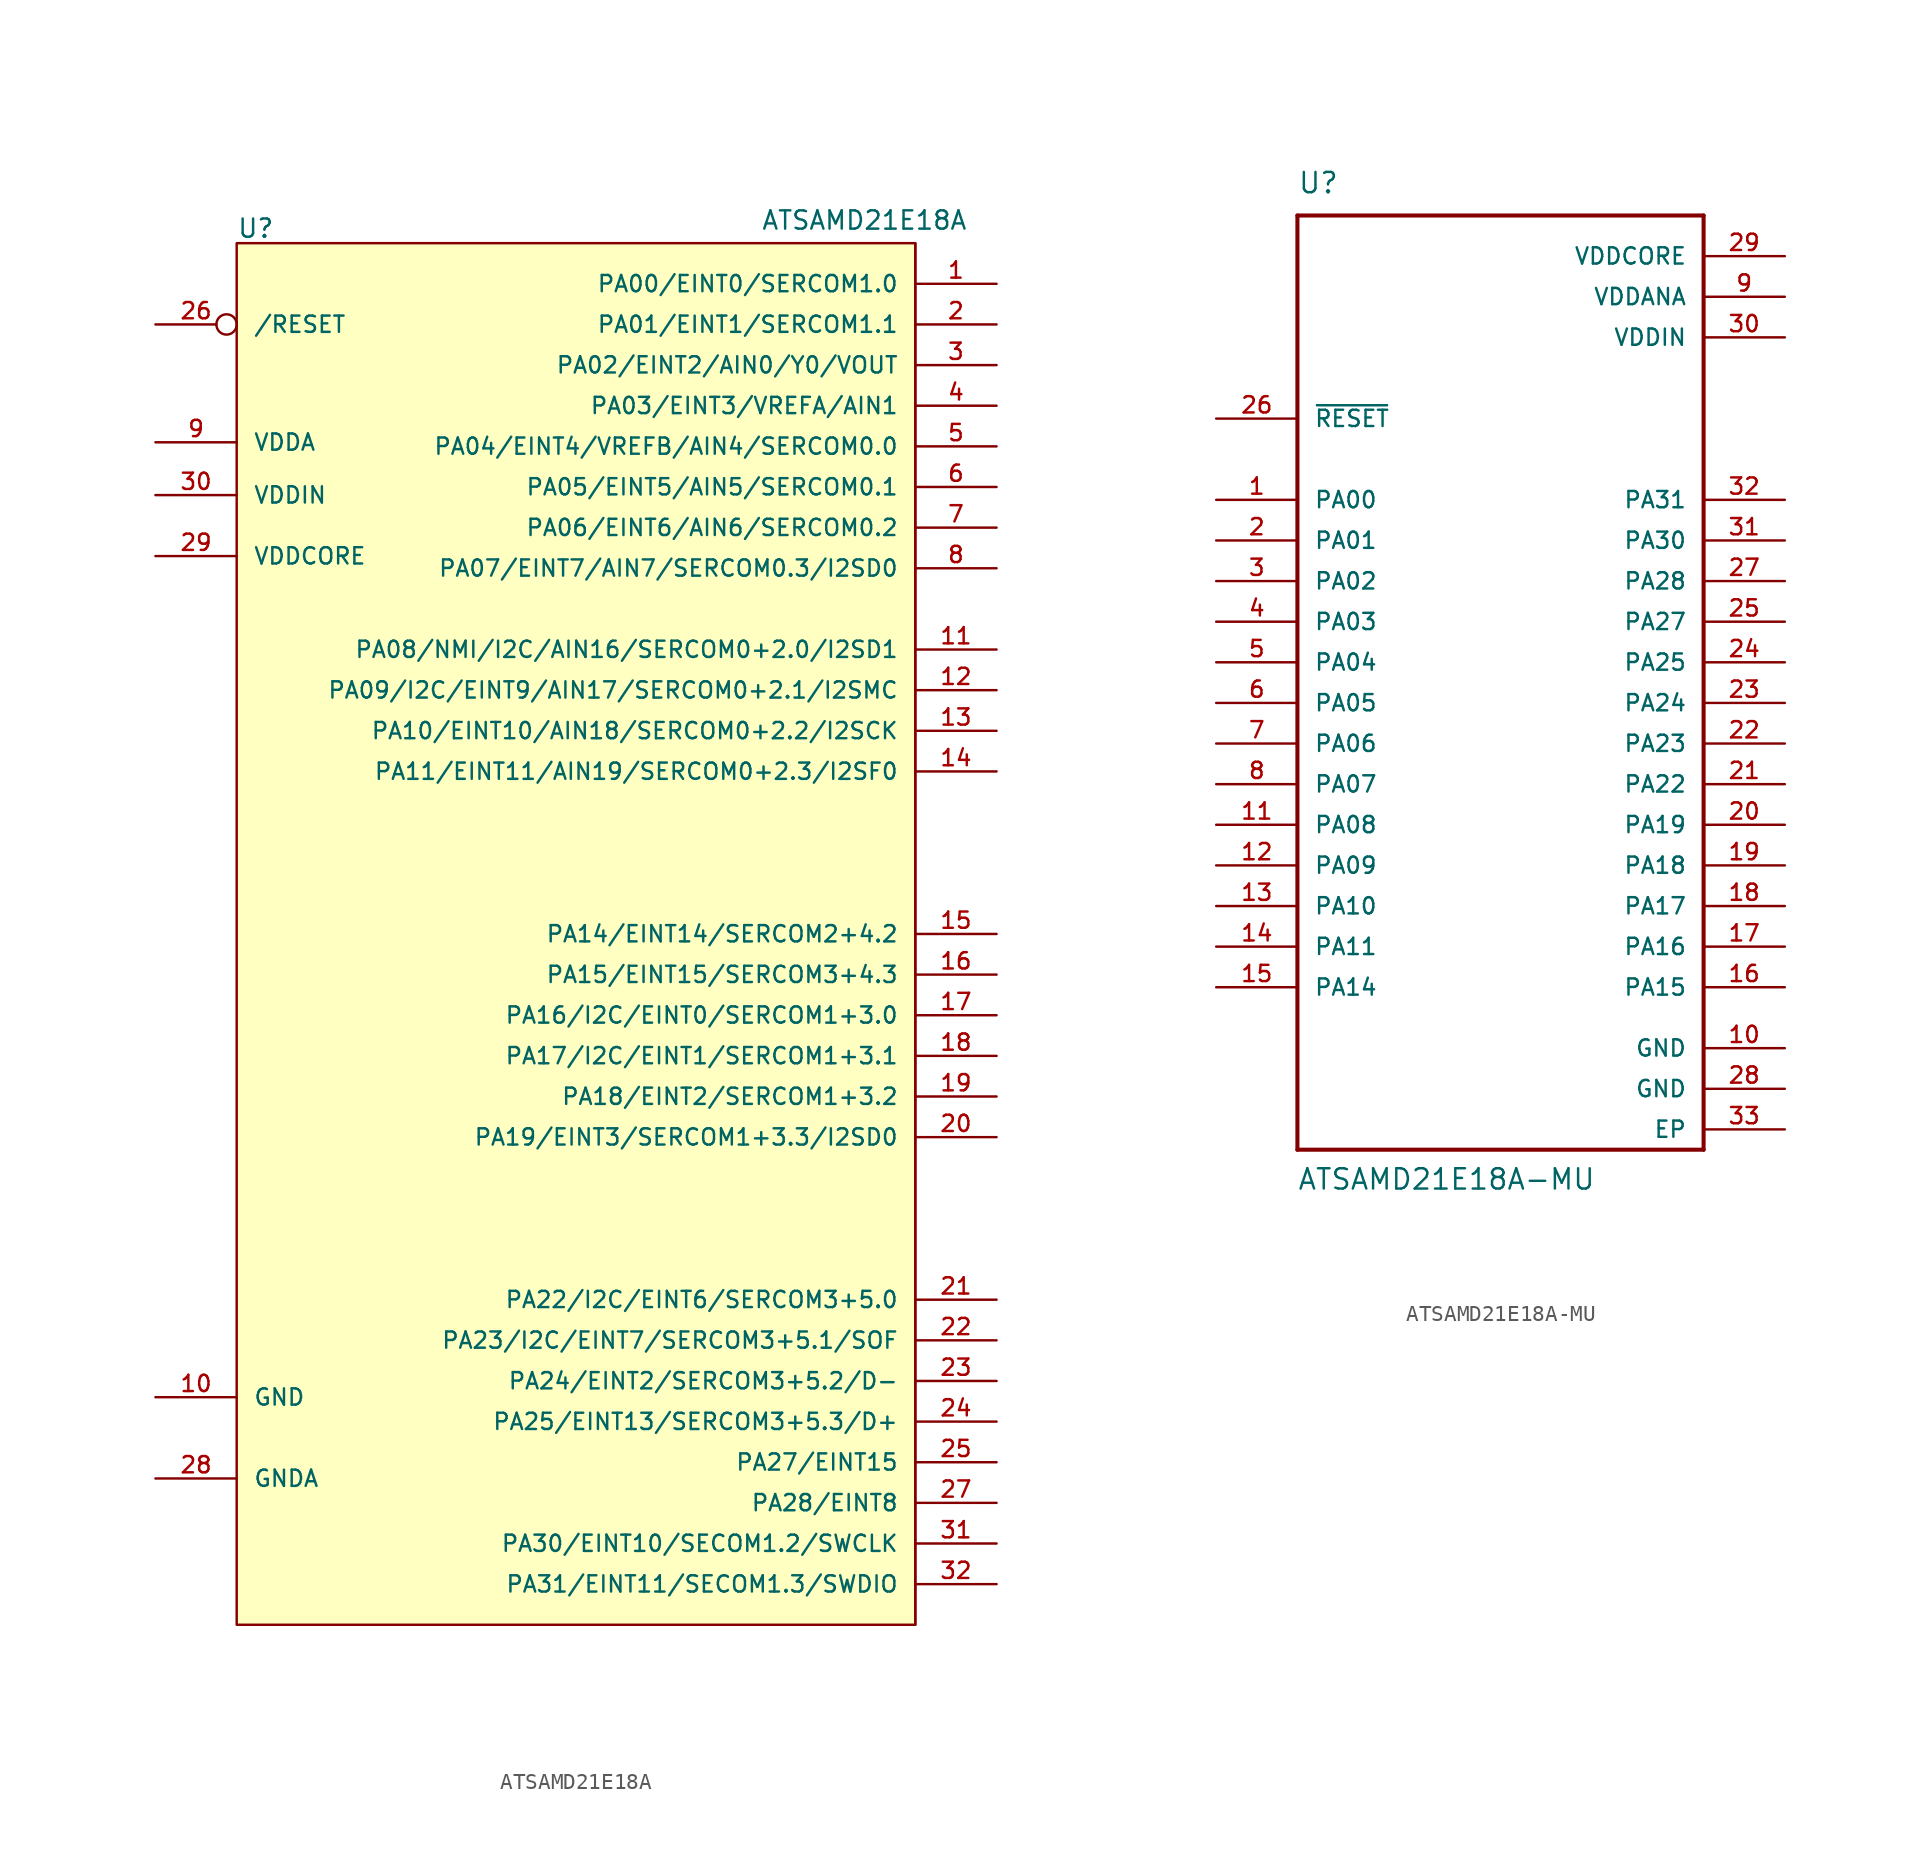
<source format=kicad_sym>
(kicad_symbol_lib
  (version 20211014)
  (generator kicad_symbol_editor)
  (symbol "ATSAMD21E18A"
    (pin_names
      (offset 1.016))
    (property "Reference" "U"
      (at -11.938 43.434 0)
      (effects (font (size 1.143 1.143)) (justify left bottom)))
    (property "Value" "ATSAMD21E18A"
      (at 20.828 43.942 0)
      (effects (font (size 1.143 1.143)) (justify left bottom)))
    (symbol "ATSAMD21E18A_0_1"
      (rectangle (start 30.48 43.18) (end -11.938 -43.18) (stroke (width 0) (type default) (color 0 0 0 0)) (fill (type background))))
    (symbol "ATSAMD21E18A_1_0"
      (polyline (pts (xy 30.48 43.18) (xy 30.48 -43.18)) (stroke (width 0) (type default) (color 0 0 0 0)) (fill (type none))))
    (symbol "ATSAMD21E18A_1_1"
      (pin bidirectional line (at 35.56 40.64 180) (length 5.08) (name "PA00/EINT0/SERCOM1.0" (effects (font (size 1.016 1.016)))) (number "1" (effects (font (size 1.016 1.016)))))
      (pin power_in line (at -17.018 -28.956 0) (length 5.08) (name "GND" (effects (font (size 1.016 1.016)))) (number "10" (effects (font (size 1.016 1.016)))))
      (pin bidirectional line (at 35.56 17.78 180) (length 5.08) (name "PA08/NMI/I2C/AIN16/SERCOM0+2.0/I2SD1" (effects (font (size 1.016 1.016)))) (number "11" (effects (font (size 1.016 1.016)))))
      (pin bidirectional line (at 35.56 15.24 180) (length 5.08) (name "PA09/I2C/EINT9/AIN17/SERCOM0+2.1/I2SMC" (effects (font (size 1.016 1.016)))) (number "12" (effects (font (size 1.016 1.016)))))
      (pin bidirectional line (at 35.56 12.7 180) (length 5.08) (name "PA10/EINT10/AIN18/SERCOM0+2.2/I2SCK" (effects (font (size 1.016 1.016)))) (number "13" (effects (font (size 1.016 1.016)))))
      (pin bidirectional line (at 35.56 10.16 180) (length 5.08) (name "PA11/EINT11/AIN19/SERCOM0+2.3/I2SF0" (effects (font (size 1.016 1.016)))) (number "14" (effects (font (size 1.016 1.016)))))
      (pin bidirectional line (at 35.56 0 180) (length 5.08) (name "PA14/EINT14/SERCOM2+4.2" (effects (font (size 1.016 1.016)))) (number "15" (effects (font (size 1.016 1.016)))))
      (pin bidirectional line (at 35.56 -2.54 180) (length 5.08) (name "PA15/EINT15/SERCOM3+4.3" (effects (font (size 1.016 1.016)))) (number "16" (effects (font (size 1.016 1.016)))))
      (pin bidirectional line (at 35.56 -5.08 180) (length 5.08) (name "PA16/I2C/EINT0/SERCOM1+3.0" (effects (font (size 1.016 1.016)))) (number "17" (effects (font (size 1.016 1.016)))))
      (pin bidirectional line (at 35.56 -7.62 180) (length 5.08) (name "PA17/I2C/EINT1/SERCOM1+3.1" (effects (font (size 1.016 1.016)))) (number "18" (effects (font (size 1.016 1.016)))))
      (pin bidirectional line (at 35.56 -10.16 180) (length 5.08) (name "PA18/EINT2/SERCOM1+3.2" (effects (font (size 1.016 1.016)))) (number "19" (effects (font (size 1.016 1.016)))))
      (pin bidirectional line (at 35.56 38.1 180) (length 5.08) (name "PA01/EINT1/SERCOM1.1" (effects (font (size 1.016 1.016)))) (number "2" (effects (font (size 1.016 1.016)))))
      (pin bidirectional line (at 35.56 -12.7 180) (length 5.08) (name "PA19/EINT3/SERCOM1+3.3/I2SD0" (effects (font (size 1.016 1.016)))) (number "20" (effects (font (size 1.016 1.016)))))
      (pin bidirectional line (at 35.56 -22.86 180) (length 5.08) (name "PA22/I2C/EINT6/SERCOM3+5.0" (effects (font (size 1.016 1.016)))) (number "21" (effects (font (size 1.016 1.016)))))
      (pin bidirectional line (at 35.56 -25.4 180) (length 5.08) (name "PA23/I2C/EINT7/SERCOM3+5.1/SOF" (effects (font (size 1.016 1.016)))) (number "22" (effects (font (size 1.016 1.016)))))
      (pin bidirectional line (at 35.56 -27.94 180) (length 5.08) (name "PA24/EINT2/SERCOM3+5.2/D-" (effects (font (size 1.016 1.016)))) (number "23" (effects (font (size 1.016 1.016)))))
      (pin bidirectional line (at 35.56 -30.48 180) (length 5.08) (name "PA25/EINT13/SERCOM3+5.3/D+" (effects (font (size 1.016 1.016)))) (number "24" (effects (font (size 1.016 1.016)))))
      (pin bidirectional line (at 35.56 -33.02 180) (length 5.08) (name "PA27/EINT15" (effects (font (size 1.016 1.016)))) (number "25" (effects (font (size 1.016 1.016)))))
      (pin bidirectional inverted (at -17.018 38.1 0) (length 5.08) (name "/RESET" (effects (font (size 1.016 1.016)))) (number "26" (effects (font (size 1.016 1.016)))))
      (pin bidirectional line (at 35.56 -35.56 180) (length 5.08) (name "PA28/EINT8" (effects (font (size 1.016 1.016)))) (number "27" (effects (font (size 1.016 1.016)))))
      (pin power_in line (at -17.018 -34.036 0) (length 5.08) (name "GNDA" (effects (font (size 1.016 1.016)))) (number "28" (effects (font (size 1.016 1.016)))))
      (pin power_in line (at -17.018 23.622 0) (length 5.08) (name "VDDCORE" (effects (font (size 1.016 1.016)))) (number "29" (effects (font (size 1.016 1.016)))))
      (pin bidirectional line (at 35.56 35.56 180) (length 5.08) (name "PA02/EINT2/AIN0/Y0/VOUT" (effects (font (size 1.016 1.016)))) (number "3" (effects (font (size 1.016 1.016)))))
      (pin power_in line (at -17.018 27.432 0) (length 5.08) (name "VDDIN" (effects (font (size 1.016 1.016)))) (number "30" (effects (font (size 1.016 1.016)))))
      (pin bidirectional line (at 35.56 -38.1 180) (length 5.08) (name "PA30/EINT10/SECOM1.2/SWCLK" (effects (font (size 1.016 1.016)))) (number "31" (effects (font (size 1.016 1.016)))))
      (pin bidirectional line (at 35.56 -40.64 180) (length 5.08) (name "PA31/EINT11/SECOM1.3/SWDIO" (effects (font (size 1.016 1.016)))) (number "32" (effects (font (size 1.016 1.016)))))
      (pin bidirectional line (at 35.56 33.02 180) (length 5.08) (name "PA03/EINT3/VREFA/AIN1" (effects (font (size 1.016 1.016)))) (number "4" (effects (font (size 1.016 1.016)))))
      (pin bidirectional line (at 35.56 30.48 180) (length 5.08) (name "PA04/EINT4/VREFB/AIN4/SERCOM0.0" (effects (font (size 1.016 1.016)))) (number "5" (effects (font (size 1.016 1.016)))))
      (pin bidirectional line (at 35.56 27.94 180) (length 5.08) (name "PA05/EINT5/AIN5/SERCOM0.1" (effects (font (size 1.016 1.016)))) (number "6" (effects (font (size 1.016 1.016)))))
      (pin bidirectional line (at 35.56 25.4 180) (length 5.08) (name "PA06/EINT6/AIN6/SERCOM0.2" (effects (font (size 1.016 1.016)))) (number "7" (effects (font (size 1.016 1.016)))))
      (pin bidirectional line (at 35.56 22.86 180) (length 5.08) (name "PA07/EINT7/AIN7/SERCOM0.3/I2SD0" (effects (font (size 1.016 1.016)))) (number "8" (effects (font (size 1.016 1.016)))))
      (pin power_in line (at -17.018 30.734 0) (length 5.08) (name "VDDA" (effects (font (size 1.016 1.016)))) (number "9" (effects (font (size 1.016 1.016)))))))
  (symbol "ATSAMD21E18A-MU"
    (pin_names
      (offset 1.016))
    (property "Reference" "U"
      (at -12.7 31.775 0)
      (effects (font (size 1.27 1.27)) (justify left bottom)))
    (property "Value" "ATSAMD21E18A-MU"
      (at -12.725 -30.531 0)
      (effects (font (size 1.27 1.27)) (justify left bottom)))
    (property "ki_locked" ""
      (at 0 0 0)
      (effects (font (size 1.27 1.27))))
    (symbol "ATSAMD21E18A-MU_0_0"
      (polyline (pts (xy -12.7 -27.94) (xy -12.7 30.48)) (stroke (width 0.254) (type default) (color 0 0 0 0)) (fill (type none)))
      (polyline (pts (xy -12.7 30.48) (xy 12.7 30.48)) (stroke (width 0.254) (type default) (color 0 0 0 0)) (fill (type none)))
      (polyline (pts (xy 12.7 -27.94) (xy -12.7 -27.94)) (stroke (width 0.254) (type default) (color 0 0 0 0)) (fill (type none)))
      (polyline (pts (xy 12.7 30.48) (xy 12.7 -27.94)) (stroke (width 0.254) (type default) (color 0 0 0 0)) (fill (type none)))
      (pin bidirectional line (at -17.78 12.7 0) (length 5.08) (name "PA00" (effects (font (size 1.016 1.016)))) (number "1" (effects (font (size 1.016 1.016)))))
      (pin power_in line (at 17.78 -21.59 180) (length 5.08) (name "GND" (effects (font (size 1.016 1.016)))) (number "10" (effects (font (size 1.016 1.016)))))
      (pin bidirectional line (at -17.78 -7.62 0) (length 5.08) (name "PA08" (effects (font (size 1.016 1.016)))) (number "11" (effects (font (size 1.016 1.016)))))
      (pin bidirectional line (at -17.78 -10.16 0) (length 5.08) (name "PA09" (effects (font (size 1.016 1.016)))) (number "12" (effects (font (size 1.016 1.016)))))
      (pin bidirectional line (at -17.78 -12.7 0) (length 5.08) (name "PA10" (effects (font (size 1.016 1.016)))) (number "13" (effects (font (size 1.016 1.016)))))
      (pin bidirectional line (at -17.78 -15.24 0) (length 5.08) (name "PA11" (effects (font (size 1.016 1.016)))) (number "14" (effects (font (size 1.016 1.016)))))
      (pin bidirectional line (at -17.78 -17.78 0) (length 5.08) (name "PA14" (effects (font (size 1.016 1.016)))) (number "15" (effects (font (size 1.016 1.016)))))
      (pin bidirectional line (at 17.78 -17.78 180) (length 5.08) (name "PA15" (effects (font (size 1.016 1.016)))) (number "16" (effects (font (size 1.016 1.016)))))
      (pin bidirectional line (at 17.78 -15.24 180) (length 5.08) (name "PA16" (effects (font (size 1.016 1.016)))) (number "17" (effects (font (size 1.016 1.016)))))
      (pin bidirectional line (at 17.78 -12.7 180) (length 5.08) (name "PA17" (effects (font (size 1.016 1.016)))) (number "18" (effects (font (size 1.016 1.016)))))
      (pin bidirectional line (at 17.78 -10.16 180) (length 5.08) (name "PA18" (effects (font (size 1.016 1.016)))) (number "19" (effects (font (size 1.016 1.016)))))
      (pin bidirectional line (at -17.78 10.16 0) (length 5.08) (name "PA01" (effects (font (size 1.016 1.016)))) (number "2" (effects (font (size 1.016 1.016)))))
      (pin bidirectional line (at 17.78 -7.62 180) (length 5.08) (name "PA19" (effects (font (size 1.016 1.016)))) (number "20" (effects (font (size 1.016 1.016)))))
      (pin bidirectional line (at 17.78 -5.08 180) (length 5.08) (name "PA22" (effects (font (size 1.016 1.016)))) (number "21" (effects (font (size 1.016 1.016)))))
      (pin bidirectional line (at 17.78 -2.54 180) (length 5.08) (name "PA23" (effects (font (size 1.016 1.016)))) (number "22" (effects (font (size 1.016 1.016)))))
      (pin bidirectional line (at 17.78 0 180) (length 5.08) (name "PA24" (effects (font (size 1.016 1.016)))) (number "23" (effects (font (size 1.016 1.016)))))
      (pin bidirectional line (at 17.78 2.54 180) (length 5.08) (name "PA25" (effects (font (size 1.016 1.016)))) (number "24" (effects (font (size 1.016 1.016)))))
      (pin bidirectional line (at 17.78 5.08 180) (length 5.08) (name "PA27" (effects (font (size 1.016 1.016)))) (number "25" (effects (font (size 1.016 1.016)))))
      (pin input line (at -17.78 17.78 0) (length 5.08) (name "~{RESET}" (effects (font (size 1.016 1.016)))) (number "26" (effects (font (size 1.016 1.016)))))
      (pin bidirectional line (at 17.78 7.62 180) (length 5.08) (name "PA28" (effects (font (size 1.016 1.016)))) (number "27" (effects (font (size 1.016 1.016)))))
      (pin power_in line (at 17.78 -24.13 180) (length 5.08) (name "GND" (effects (font (size 1.016 1.016)))) (number "28" (effects (font (size 1.016 1.016)))))
      (pin power_in line (at 17.78 27.94 180) (length 5.08) (name "VDDCORE" (effects (font (size 1.016 1.016)))) (number "29" (effects (font (size 1.016 1.016)))))
      (pin bidirectional line (at -17.78 7.62 0) (length 5.08) (name "PA02" (effects (font (size 1.016 1.016)))) (number "3" (effects (font (size 1.016 1.016)))))
      (pin power_in line (at 17.78 22.86 180) (length 5.08) (name "VDDIN" (effects (font (size 1.016 1.016)))) (number "30" (effects (font (size 1.016 1.016)))))
      (pin bidirectional line (at 17.78 10.16 180) (length 5.08) (name "PA30" (effects (font (size 1.016 1.016)))) (number "31" (effects (font (size 1.016 1.016)))))
      (pin bidirectional line (at 17.78 12.7 180) (length 5.08) (name "PA31" (effects (font (size 1.016 1.016)))) (number "32" (effects (font (size 1.016 1.016)))))
      (pin power_in line (at 17.78 -26.67 180) (length 5.08) (name "EP" (effects (font (size 1.016 1.016)))) (number "33" (effects (font (size 1.016 1.016)))))
      (pin bidirectional line (at -17.78 5.08 0) (length 5.08) (name "PA03" (effects (font (size 1.016 1.016)))) (number "4" (effects (font (size 1.016 1.016)))))
      (pin bidirectional line (at -17.78 2.54 0) (length 5.08) (name "PA04" (effects (font (size 1.016 1.016)))) (number "5" (effects (font (size 1.016 1.016)))))
      (pin bidirectional line (at -17.78 0 0) (length 5.08) (name "PA05" (effects (font (size 1.016 1.016)))) (number "6" (effects (font (size 1.016 1.016)))))
      (pin bidirectional line (at -17.78 -2.54 0) (length 5.08) (name "PA06" (effects (font (size 1.016 1.016)))) (number "7" (effects (font (size 1.016 1.016)))))
      (pin bidirectional line (at -17.78 -5.08 0) (length 5.08) (name "PA07" (effects (font (size 1.016 1.016)))) (number "8" (effects (font (size 1.016 1.016)))))
      (pin power_in line (at 17.78 25.4 180) (length 5.08) (name "VDDANA" (effects (font (size 1.016 1.016)))) (number "9" (effects (font (size 1.016 1.016))))))))
</source>
